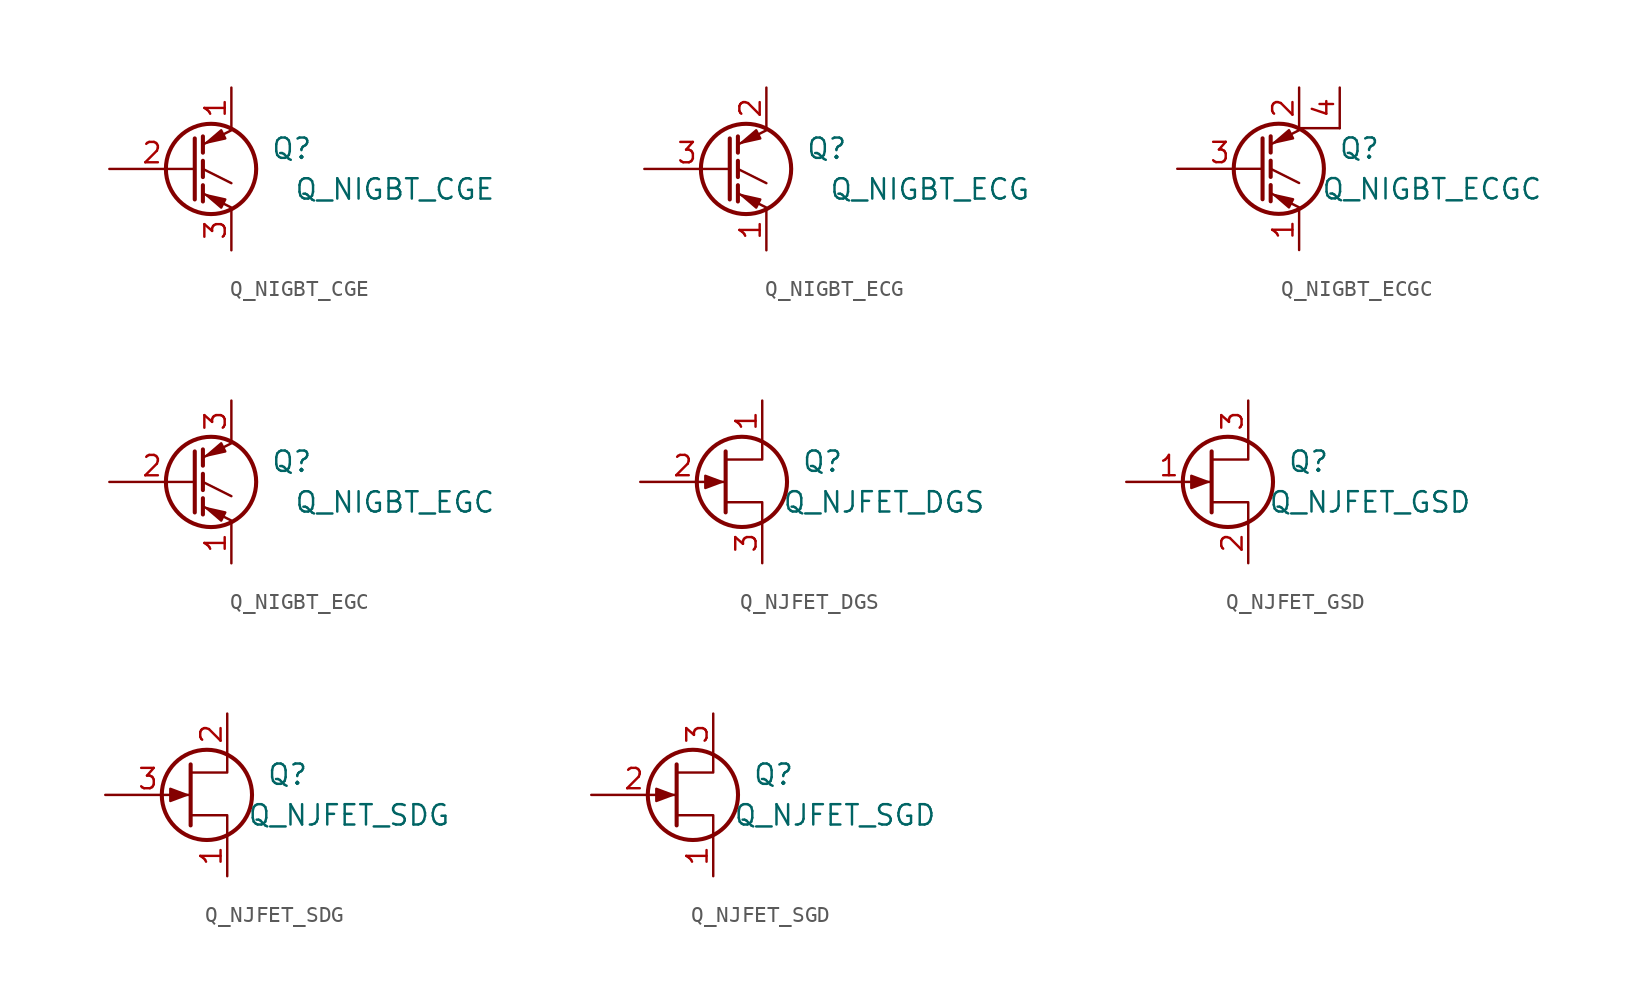
<source format=kicad_sym>
(kicad_symbol_lib
  (version 20211014)
  (generator kicad_symbol_editor)
  (symbol "Q_NIGBT_CGE"
    (pin_names
      (offset 0) hide)
    (property "Reference" "Q"
      (at 7.62 1.27 0)
      (effects (font (size 1.27 1.27)) (justify right)))
    (property "Value" "Q_NIGBT_CGE"
      (at 19.05 -1.27 0)
      (effects (font (size 1.27 1.27)) (justify right)))
    (property "Footprint" ""
      (at 5.08 2.54 0)
      (effects (font (size 1.27 1.27))))
    (property "Datasheet" ""
      (at 0 0 0)
      (effects (font (size 1.27 1.27))))
    (symbol "Q_NIGBT_CGE_0_1"
      (polyline (pts (xy 0.762 -1.016) (xy 0.762 -2.032)) (stroke (width 0.254) (type default) (color 0 0 0 0)) (fill (type none)))
      (polyline (pts (xy 0.762 0.508) (xy 0.762 -0.508)) (stroke (width 0.254) (type default) (color 0 0 0 0)) (fill (type none)))
      (polyline (pts (xy 0.762 2.032) (xy 0.762 1.016)) (stroke (width 0.254) (type default) (color 0 0 0 0)) (fill (type none)))
      (polyline (pts (xy 2.54 -2.413) (xy 0.762 -1.524)) (stroke (width 0) (type default) (color 0 0 0 0)) (fill (type none)))
      (polyline (pts (xy 2.54 -0.889) (xy 0.762 0)) (stroke (width 0) (type default) (color 0 0 0 0)) (fill (type none)))
      (polyline (pts (xy 2.54 2.413) (xy 0.762 1.524)) (stroke (width 0) (type default) (color 0 0 0 0)) (fill (type none)))
      (polyline (pts (xy 0.254 1.905) (xy 0.254 -1.905) (xy 0.254 -1.905)) (stroke (width 0.254) (type default) (color 0 0 0 0)) (fill (type none)))
      (polyline (pts (xy 2.159 -1.905) (xy 1.905 -2.413) (xy 1.016 -1.651) (xy 2.159 -1.905)) (stroke (width 0) (type default) (color 0 0 0 0)) (fill (type outline)))
      (polyline (pts (xy 2.159 1.905) (xy 1.905 2.413) (xy 1.016 1.651) (xy 2.159 1.905)) (stroke (width 0) (type default) (color 0 0 0 0)) (fill (type outline)))
      (circle (center 1.27 0) (radius 2.819) (stroke (width 0.254) (type default) (color 0 0 0 0)) (fill (type none))))
    (symbol "Q_NIGBT_CGE_1_1"
      (pin passive line (at 2.54 5.08 270) (length 2.54) (name "C" (effects (font (size 1.27 1.27)))) (number "1" (effects (font (size 1.27 1.27)))))
      (pin input line (at -5.08 0 0) (length 5.334) (name "G" (effects (font (size 1.27 1.27)))) (number "2" (effects (font (size 1.27 1.27)))))
      (pin passive line (at 2.54 -5.08 90) (length 2.54) (name "E" (effects (font (size 1.27 1.27)))) (number "3" (effects (font (size 1.27 1.27)))))))
  (symbol "Q_NIGBT_ECG"
    (pin_names
      (offset 0) hide)
    (property "Reference" "Q"
      (at 7.62 1.27 0)
      (effects (font (size 1.27 1.27)) (justify right)))
    (property "Value" "Q_NIGBT_ECG"
      (at 19.05 -1.27 0)
      (effects (font (size 1.27 1.27)) (justify right)))
    (property "Footprint" ""
      (at 5.08 2.54 0)
      (effects (font (size 1.27 1.27))))
    (property "Datasheet" ""
      (at 0 0 0)
      (effects (font (size 1.27 1.27))))
    (symbol "Q_NIGBT_ECG_0_1"
      (polyline (pts (xy 0.762 -1.016) (xy 0.762 -2.032)) (stroke (width 0.254) (type default) (color 0 0 0 0)) (fill (type none)))
      (polyline (pts (xy 0.762 0.508) (xy 0.762 -0.508)) (stroke (width 0.254) (type default) (color 0 0 0 0)) (fill (type none)))
      (polyline (pts (xy 0.762 2.032) (xy 0.762 1.016)) (stroke (width 0.254) (type default) (color 0 0 0 0)) (fill (type none)))
      (polyline (pts (xy 2.54 -2.413) (xy 0.762 -1.524)) (stroke (width 0) (type default) (color 0 0 0 0)) (fill (type none)))
      (polyline (pts (xy 2.54 -0.889) (xy 0.762 0)) (stroke (width 0) (type default) (color 0 0 0 0)) (fill (type none)))
      (polyline (pts (xy 2.54 2.413) (xy 0.762 1.524)) (stroke (width 0) (type default) (color 0 0 0 0)) (fill (type none)))
      (polyline (pts (xy 0.254 1.905) (xy 0.254 -1.905) (xy 0.254 -1.905)) (stroke (width 0.254) (type default) (color 0 0 0 0)) (fill (type none)))
      (polyline (pts (xy 2.159 -1.905) (xy 1.905 -2.413) (xy 1.016 -1.651) (xy 2.159 -1.905)) (stroke (width 0) (type default) (color 0 0 0 0)) (fill (type outline)))
      (polyline (pts (xy 2.159 1.905) (xy 1.905 2.413) (xy 1.016 1.651) (xy 2.159 1.905)) (stroke (width 0) (type default) (color 0 0 0 0)) (fill (type outline)))
      (circle (center 1.27 0) (radius 2.819) (stroke (width 0.254) (type default) (color 0 0 0 0)) (fill (type none))))
    (symbol "Q_NIGBT_ECG_1_1"
      (pin passive line (at 2.54 -5.08 90) (length 2.54) (name "E" (effects (font (size 1.27 1.27)))) (number "1" (effects (font (size 1.27 1.27)))))
      (pin passive line (at 2.54 5.08 270) (length 2.54) (name "C" (effects (font (size 1.27 1.27)))) (number "2" (effects (font (size 1.27 1.27)))))
      (pin input line (at -5.08 0 0) (length 5.334) (name "G" (effects (font (size 1.27 1.27)))) (number "3" (effects (font (size 1.27 1.27)))))))
  (symbol "Q_NIGBT_ECGC"
    (pin_names
      (offset 0) hide)
    (property "Reference" "Q"
      (at 7.62 1.27 0)
      (effects (font (size 1.27 1.27)) (justify right)))
    (property "Value" "Q_NIGBT_ECGC"
      (at 17.78 -1.27 0)
      (effects (font (size 1.27 1.27)) (justify right)))
    (property "Footprint" ""
      (at 5.08 2.54 0)
      (effects (font (size 1.27 1.27))))
    (property "Datasheet" ""
      (at 0 0 0)
      (effects (font (size 1.27 1.27))))
    (symbol "Q_NIGBT_ECGC_0_1"
      (polyline (pts (xy 0.762 -1.016) (xy 0.762 -2.032)) (stroke (width 0.254) (type default) (color 0 0 0 0)) (fill (type none)))
      (polyline (pts (xy 0.762 0.508) (xy 0.762 -0.508)) (stroke (width 0.254) (type default) (color 0 0 0 0)) (fill (type none)))
      (polyline (pts (xy 0.762 2.032) (xy 0.762 1.016)) (stroke (width 0.254) (type default) (color 0 0 0 0)) (fill (type none)))
      (polyline (pts (xy 2.54 -2.413) (xy 0.762 -1.524)) (stroke (width 0) (type default) (color 0 0 0 0)) (fill (type none)))
      (polyline (pts (xy 2.54 -0.889) (xy 0.762 0)) (stroke (width 0) (type default) (color 0 0 0 0)) (fill (type none)))
      (polyline (pts (xy 2.54 2.413) (xy 0.762 1.524)) (stroke (width 0) (type default) (color 0 0 0 0)) (fill (type none)))
      (polyline (pts (xy 2.54 2.54) (xy 5.08 2.54)) (stroke (width 0) (type default) (color 0 0 0 0)) (fill (type none)))
      (polyline (pts (xy 0.254 1.905) (xy 0.254 -1.905) (xy 0.254 -1.905)) (stroke (width 0.254) (type default) (color 0 0 0 0)) (fill (type none)))
      (polyline (pts (xy 2.159 -1.905) (xy 1.905 -2.413) (xy 1.016 -1.651) (xy 2.159 -1.905)) (stroke (width 0) (type default) (color 0 0 0 0)) (fill (type outline)))
      (polyline (pts (xy 2.159 1.905) (xy 1.905 2.413) (xy 1.016 1.651) (xy 2.159 1.905)) (stroke (width 0) (type default) (color 0 0 0 0)) (fill (type outline)))
      (circle (center 1.27 0) (radius 2.819) (stroke (width 0.254) (type default) (color 0 0 0 0)) (fill (type none))))
    (symbol "Q_NIGBT_ECGC_1_1"
      (pin passive line (at 2.54 -5.08 90) (length 2.54) (name "E" (effects (font (size 1.27 1.27)))) (number "1" (effects (font (size 1.27 1.27)))))
      (pin passive line (at 2.54 5.08 270) (length 2.54) (name "C" (effects (font (size 1.27 1.27)))) (number "2" (effects (font (size 1.27 1.27)))))
      (pin input line (at -5.08 0 0) (length 5.334) (name "G" (effects (font (size 1.27 1.27)))) (number "3" (effects (font (size 1.27 1.27)))))
      (pin passive line (at 5.08 5.08 270) (length 2.54) (name "C" (effects (font (size 1.27 1.27)))) (number "4" (effects (font (size 1.27 1.27)))))))
  (symbol "Q_NIGBT_EGC"
    (pin_names
      (offset 0) hide)
    (property "Reference" "Q"
      (at 7.62 1.27 0)
      (effects (font (size 1.27 1.27)) (justify right)))
    (property "Value" "Q_NIGBT_EGC"
      (at 19.05 -1.27 0)
      (effects (font (size 1.27 1.27)) (justify right)))
    (property "Footprint" ""
      (at 5.08 2.54 0)
      (effects (font (size 1.27 1.27))))
    (property "Datasheet" ""
      (at 0 0 0)
      (effects (font (size 1.27 1.27))))
    (symbol "Q_NIGBT_EGC_0_1"
      (polyline (pts (xy 0.762 -1.016) (xy 0.762 -2.032)) (stroke (width 0.254) (type default) (color 0 0 0 0)) (fill (type none)))
      (polyline (pts (xy 0.762 0.508) (xy 0.762 -0.508)) (stroke (width 0.254) (type default) (color 0 0 0 0)) (fill (type none)))
      (polyline (pts (xy 0.762 2.032) (xy 0.762 1.016)) (stroke (width 0.254) (type default) (color 0 0 0 0)) (fill (type none)))
      (polyline (pts (xy 2.54 -2.413) (xy 0.762 -1.524)) (stroke (width 0) (type default) (color 0 0 0 0)) (fill (type none)))
      (polyline (pts (xy 2.54 -0.889) (xy 0.762 0)) (stroke (width 0) (type default) (color 0 0 0 0)) (fill (type none)))
      (polyline (pts (xy 2.54 2.413) (xy 0.762 1.524)) (stroke (width 0) (type default) (color 0 0 0 0)) (fill (type none)))
      (polyline (pts (xy 0.254 1.905) (xy 0.254 -1.905) (xy 0.254 -1.905)) (stroke (width 0.254) (type default) (color 0 0 0 0)) (fill (type none)))
      (polyline (pts (xy 2.159 -1.905) (xy 1.905 -2.413) (xy 1.016 -1.651) (xy 2.159 -1.905)) (stroke (width 0) (type default) (color 0 0 0 0)) (fill (type outline)))
      (polyline (pts (xy 2.159 1.905) (xy 1.905 2.413) (xy 1.016 1.651) (xy 2.159 1.905)) (stroke (width 0) (type default) (color 0 0 0 0)) (fill (type outline)))
      (circle (center 1.27 0) (radius 2.819) (stroke (width 0.254) (type default) (color 0 0 0 0)) (fill (type none))))
    (symbol "Q_NIGBT_EGC_1_1"
      (pin passive line (at 2.54 -5.08 90) (length 2.54) (name "E" (effects (font (size 1.27 1.27)))) (number "1" (effects (font (size 1.27 1.27)))))
      (pin input line (at -5.08 0 0) (length 5.334) (name "G" (effects (font (size 1.27 1.27)))) (number "2" (effects (font (size 1.27 1.27)))))
      (pin passive line (at 2.54 5.08 270) (length 2.54) (name "C" (effects (font (size 1.27 1.27)))) (number "3" (effects (font (size 1.27 1.27)))))))
  (symbol "Q_NJFET_DGS"
    (pin_names
      (offset 0) hide)
    (property "Reference" "Q"
      (at 7.62 1.27 0)
      (effects (font (size 1.27 1.27)) (justify right)))
    (property "Value" "Q_NJFET_DGS"
      (at 16.51 -1.27 0)
      (effects (font (size 1.27 1.27)) (justify right)))
    (property "Footprint" ""
      (at 5.08 2.54 0)
      (effects (font (size 1.27 1.27))))
    (property "Datasheet" ""
      (at 0 0 0)
      (effects (font (size 1.27 1.27))))
    (symbol "Q_NJFET_DGS_0_1"
      (polyline (pts (xy 0.254 1.905) (xy 0.254 -1.905) (xy 0.254 -1.905)) (stroke (width 0.254) (type default) (color 0 0 0 0)) (fill (type none)))
      (polyline (pts (xy 2.54 -2.54) (xy 2.54 -1.27) (xy 0.254 -1.27)) (stroke (width 0) (type default) (color 0 0 0 0)) (fill (type none)))
      (polyline (pts (xy 2.54 2.54) (xy 2.54 1.397) (xy 0.254 1.397)) (stroke (width 0) (type default) (color 0 0 0 0)) (fill (type none)))
      (polyline (pts (xy 0 0) (xy -1.016 0.381) (xy -1.016 -0.381) (xy 0 0)) (stroke (width 0) (type default) (color 0 0 0 0)) (fill (type outline)))
      (circle (center 1.27 0) (radius 2.819) (stroke (width 0.254) (type default) (color 0 0 0 0)) (fill (type none))))
    (symbol "Q_NJFET_DGS_1_1"
      (pin passive line (at 2.54 5.08 270) (length 2.54) (name "D" (effects (font (size 1.27 1.27)))) (number "1" (effects (font (size 1.27 1.27)))))
      (pin input line (at -5.08 0 0) (length 5.334) (name "G" (effects (font (size 1.27 1.27)))) (number "2" (effects (font (size 1.27 1.27)))))
      (pin passive line (at 2.54 -5.08 90) (length 2.54) (name "S" (effects (font (size 1.27 1.27)))) (number "3" (effects (font (size 1.27 1.27)))))))
  (symbol "Q_NJFET_GSD"
    (pin_names
      (offset 0) hide)
    (property "Reference" "Q"
      (at 7.62 1.27 0)
      (effects (font (size 1.27 1.27)) (justify right)))
    (property "Value" "Q_NJFET_GSD"
      (at 16.51 -1.27 0)
      (effects (font (size 1.27 1.27)) (justify right)))
    (property "Footprint" ""
      (at 5.08 2.54 0)
      (effects (font (size 1.27 1.27))))
    (property "Datasheet" ""
      (at 0 0 0)
      (effects (font (size 1.27 1.27))))
    (symbol "Q_NJFET_GSD_0_1"
      (polyline (pts (xy 0.254 1.905) (xy 0.254 -1.905) (xy 0.254 -1.905)) (stroke (width 0.254) (type default) (color 0 0 0 0)) (fill (type none)))
      (polyline (pts (xy 2.54 -2.54) (xy 2.54 -1.27) (xy 0.254 -1.27)) (stroke (width 0) (type default) (color 0 0 0 0)) (fill (type none)))
      (polyline (pts (xy 2.54 2.54) (xy 2.54 1.397) (xy 0.254 1.397)) (stroke (width 0) (type default) (color 0 0 0 0)) (fill (type none)))
      (polyline (pts (xy 0 0) (xy -1.016 0.381) (xy -1.016 -0.381) (xy 0 0)) (stroke (width 0) (type default) (color 0 0 0 0)) (fill (type outline)))
      (circle (center 1.27 0) (radius 2.819) (stroke (width 0.254) (type default) (color 0 0 0 0)) (fill (type none))))
    (symbol "Q_NJFET_GSD_1_1"
      (pin input line (at -5.08 0 0) (length 5.334) (name "G" (effects (font (size 1.27 1.27)))) (number "1" (effects (font (size 1.27 1.27)))))
      (pin passive line (at 2.54 -5.08 90) (length 2.54) (name "S" (effects (font (size 1.27 1.27)))) (number "2" (effects (font (size 1.27 1.27)))))
      (pin passive line (at 2.54 5.08 270) (length 2.54) (name "D" (effects (font (size 1.27 1.27)))) (number "3" (effects (font (size 1.27 1.27)))))))
  (symbol "Q_NJFET_SDG"
    (pin_names
      (offset 0) hide)
    (property "Reference" "Q"
      (at 7.62 1.27 0)
      (effects (font (size 1.27 1.27)) (justify right)))
    (property "Value" "Q_NJFET_SDG"
      (at 16.51 -1.27 0)
      (effects (font (size 1.27 1.27)) (justify right)))
    (property "Footprint" ""
      (at 5.08 2.54 0)
      (effects (font (size 1.27 1.27))))
    (property "Datasheet" ""
      (at 0 0 0)
      (effects (font (size 1.27 1.27))))
    (symbol "Q_NJFET_SDG_0_1"
      (polyline (pts (xy 0.254 1.905) (xy 0.254 -1.905) (xy 0.254 -1.905)) (stroke (width 0.254) (type default) (color 0 0 0 0)) (fill (type none)))
      (polyline (pts (xy 2.54 -2.54) (xy 2.54 -1.27) (xy 0.254 -1.27)) (stroke (width 0) (type default) (color 0 0 0 0)) (fill (type none)))
      (polyline (pts (xy 2.54 2.54) (xy 2.54 1.397) (xy 0.254 1.397)) (stroke (width 0) (type default) (color 0 0 0 0)) (fill (type none)))
      (polyline (pts (xy 0 0) (xy -1.016 0.381) (xy -1.016 -0.381) (xy 0 0)) (stroke (width 0) (type default) (color 0 0 0 0)) (fill (type outline)))
      (circle (center 1.27 0) (radius 2.819) (stroke (width 0.254) (type default) (color 0 0 0 0)) (fill (type none))))
    (symbol "Q_NJFET_SDG_1_1"
      (pin passive line (at 2.54 -5.08 90) (length 2.54) (name "S" (effects (font (size 1.27 1.27)))) (number "1" (effects (font (size 1.27 1.27)))))
      (pin passive line (at 2.54 5.08 270) (length 2.54) (name "D" (effects (font (size 1.27 1.27)))) (number "2" (effects (font (size 1.27 1.27)))))
      (pin input line (at -5.08 0 0) (length 5.334) (name "G" (effects (font (size 1.27 1.27)))) (number "3" (effects (font (size 1.27 1.27)))))))
  (symbol "Q_NJFET_SGD"
    (pin_names
      (offset 0) hide)
    (property "Reference" "Q"
      (at 7.62 1.27 0)
      (effects (font (size 1.27 1.27)) (justify right)))
    (property "Value" "Q_NJFET_SGD"
      (at 16.51 -1.27 0)
      (effects (font (size 1.27 1.27)) (justify right)))
    (property "Footprint" ""
      (at 5.08 2.54 0)
      (effects (font (size 1.27 1.27))))
    (property "Datasheet" ""
      (at 0 0 0)
      (effects (font (size 1.27 1.27))))
    (symbol "Q_NJFET_SGD_0_1"
      (polyline (pts (xy 0.254 1.905) (xy 0.254 -1.905) (xy 0.254 -1.905)) (stroke (width 0.254) (type default) (color 0 0 0 0)) (fill (type none)))
      (polyline (pts (xy 2.54 -2.54) (xy 2.54 -1.27) (xy 0.254 -1.27)) (stroke (width 0) (type default) (color 0 0 0 0)) (fill (type none)))
      (polyline (pts (xy 2.54 2.54) (xy 2.54 1.397) (xy 0.254 1.397)) (stroke (width 0) (type default) (color 0 0 0 0)) (fill (type none)))
      (polyline (pts (xy 0 0) (xy -1.016 0.381) (xy -1.016 -0.381) (xy 0 0)) (stroke (width 0) (type default) (color 0 0 0 0)) (fill (type outline)))
      (circle (center 1.27 0) (radius 2.819) (stroke (width 0.254) (type default) (color 0 0 0 0)) (fill (type none))))
    (symbol "Q_NJFET_SGD_1_1"
      (pin passive line (at 2.54 -5.08 90) (length 2.54) (name "S" (effects (font (size 1.27 1.27)))) (number "1" (effects (font (size 1.27 1.27)))))
      (pin input line (at -5.08 0 0) (length 5.334) (name "G" (effects (font (size 1.27 1.27)))) (number "2" (effects (font (size 1.27 1.27)))))
      (pin passive line (at 2.54 5.08 270) (length 2.54) (name "D" (effects (font (size 1.27 1.27)))) (number "3" (effects (font (size 1.27 1.27))))))))
</source>
